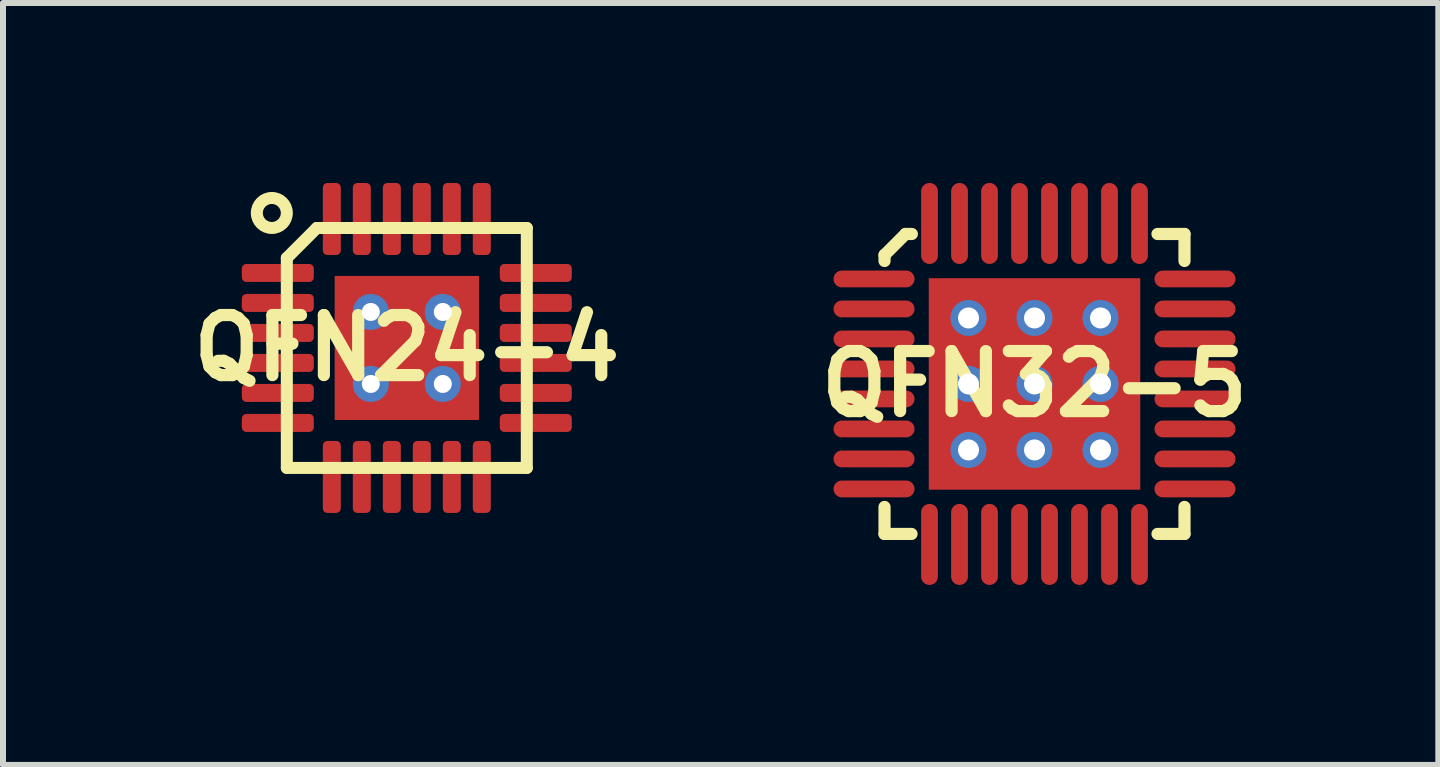
<source format=kicad_pcb>
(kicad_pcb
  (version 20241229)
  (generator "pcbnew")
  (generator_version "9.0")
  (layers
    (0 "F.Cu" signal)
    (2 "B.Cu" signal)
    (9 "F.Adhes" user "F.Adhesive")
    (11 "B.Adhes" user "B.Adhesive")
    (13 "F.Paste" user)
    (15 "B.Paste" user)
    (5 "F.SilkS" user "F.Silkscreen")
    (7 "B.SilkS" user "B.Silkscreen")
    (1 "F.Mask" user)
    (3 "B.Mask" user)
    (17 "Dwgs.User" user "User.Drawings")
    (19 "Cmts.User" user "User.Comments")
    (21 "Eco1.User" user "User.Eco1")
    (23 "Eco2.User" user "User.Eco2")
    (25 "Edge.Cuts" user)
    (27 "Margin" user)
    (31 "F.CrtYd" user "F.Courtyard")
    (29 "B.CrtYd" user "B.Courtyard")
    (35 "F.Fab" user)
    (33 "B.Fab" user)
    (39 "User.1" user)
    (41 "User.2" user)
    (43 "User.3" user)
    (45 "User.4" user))
  (footprint "QFN32-5"
    (layer "F.Cu")
    (at 14.194 3.35)
    (property "Reference" "QFN32-5" (at 0 0 0) (layer "F.SilkS") (effects (font (size 1.001 1.001) (thickness 0.203))))
    (attr through_hole)
    (fp_line (start -2.5 -2.15) (end -2.5 -2.05) (stroke (width 0.203) (type solid)) (layer "F.SilkS"))
    (fp_line (start -2.5 2.05) (end -2.5 2.5) (stroke (width 0.203) (type solid)) (layer "F.SilkS"))
    (fp_line (start -2.5 2.5) (end -2.05 2.5) (stroke (width 0.203) (type solid)) (layer "F.SilkS"))
    (fp_line (start -2.15 -2.5) (end -2.5 -2.15) (stroke (width 0.203) (type solid)) (layer "F.SilkS"))
    (fp_line (start -2.045 -2.5) (end -2.15 -2.5) (stroke (width 0.203) (type solid)) (layer "F.SilkS"))
    (fp_line (start 2.05 2.5) (end 2.5 2.5) (stroke (width 0.203) (type solid)) (layer "F.SilkS"))
    (fp_line (start 2.5 -2.5) (end 2.05 -2.5) (stroke (width 0.203) (type solid)) (layer "F.SilkS"))
    (fp_line (start 2.5 -2.05) (end 2.5 -2.5) (stroke (width 0.203) (type solid)) (layer "F.SilkS"))
    (fp_line (start 2.5 2.5) (end 2.5 2.05) (stroke (width 0.203) (type solid)) (layer "F.SilkS"))
    (pad "0" thru_hole circle (at -1.1 -1.1) (size 0.6 0.6) (drill 0.35) (layers "*.Cu" "B.Mask"))
    (pad "0" smd rect (at -1.1 -1.1) (size 1.1 1.1) (layers "F.Cu" "F.Paste"))
    (pad "0" thru_hole circle (at -1.1 0) (size 0.6 0.6) (drill 0.35) (layers "*.Cu" "B.Mask"))
    (pad "0" smd rect (at -1.1 0) (size 1.1 1.1) (layers "F.Cu" "F.Paste"))
    (pad "0" thru_hole circle (at -1.1 1.1) (size 0.6 0.6) (drill 0.35) (layers "*.Cu" "B.Mask"))
    (pad "0" smd rect (at -1.1 1.1) (size 1.1 1.1) (layers "F.Cu" "F.Paste"))
    (pad "0" thru_hole circle (at 0 -1.1) (size 0.6 0.6) (drill 0.35) (layers "*.Cu" "B.Mask"))
    (pad "0" smd rect (at 0 -1.1) (size 1.1 1.1) (layers "F.Cu" "F.Paste"))
    (pad "0" thru_hole circle (at 0 0) (size 0.6 0.6) (drill 0.35) (layers "*.Cu" "B.Mask"))
    (pad "0" smd rect (at 0 0) (size 1.1 1.1) (layers "F.Cu" "F.Paste"))
    (pad "0" smd rect (at 0 0) (size 3.525 3.525) (layers "F.Cu" "F.Mask"))
    (pad "0" thru_hole circle (at 0 1.1) (size 0.6 0.6) (drill 0.35) (layers "*.Cu" "B.Mask"))
    (pad "0" smd rect (at 0 1.1) (size 1.1 1.1) (layers "F.Cu" "F.Paste"))
    (pad "0" thru_hole circle (at 1.1 -1.1) (size 0.6 0.6) (drill 0.35) (layers "*.Cu" "B.Mask"))
    (pad "0" smd rect (at 1.1 -1.1) (size 1.1 1.1) (layers "F.Cu" "F.Paste"))
    (pad "0" thru_hole circle (at 1.1 0) (size 0.6 0.6) (drill 0.35) (layers "*.Cu" "B.Mask"))
    (pad "0" smd rect (at 1.1 0) (size 1.1 1.1) (layers "F.Cu" "F.Paste"))
    (pad "0" thru_hole circle (at 1.1 1.1) (size 0.6 0.6) (drill 0.35) (layers "*.Cu" "B.Mask"))
    (pad "0" smd rect (at 1.1 1.1) (size 1.1 1.1) (layers "F.Cu" "F.Paste"))
    (pad "1" smd oval (at -2.675 -1.75) (size 1.35 0.28) (layers "F.Cu" "F.Mask" "F.Paste"))
    (pad "2" smd oval (at -2.675 -1.25) (size 1.35 0.28) (layers "F.Cu" "F.Mask" "F.Paste"))
    (pad "3" smd oval (at -2.675 -0.75) (size 1.35 0.28) (layers "F.Cu" "F.Mask" "F.Paste"))
    (pad "4" smd oval (at -2.675 -0.25) (size 1.35 0.28) (layers "F.Cu" "F.Mask" "F.Paste"))
    (pad "5" smd oval (at -2.675 0.25) (size 1.35 0.28) (layers "F.Cu" "F.Mask" "F.Paste"))
    (pad "6" smd oval (at -2.675 0.75) (size 1.35 0.28) (layers "F.Cu" "F.Mask" "F.Paste"))
    (pad "7" smd oval (at -2.675 1.25) (size 1.35 0.28) (layers "F.Cu" "F.Mask" "F.Paste"))
    (pad "8" smd oval (at -2.675 1.75) (size 1.35 0.28) (layers "F.Cu" "F.Mask" "F.Paste"))
    (pad "9" smd oval (at -1.75 2.675 90) (size 1.35 0.28) (layers "F.Cu" "F.Mask" "F.Paste"))
    (pad "10" smd oval (at -1.25 2.675 90) (size 1.35 0.28) (layers "F.Cu" "F.Mask" "F.Paste"))
    (pad "11" smd oval (at -0.75 2.675 90) (size 1.35 0.28) (layers "F.Cu" "F.Mask" "F.Paste"))
    (pad "12" smd oval (at -0.25 2.675 90) (size 1.35 0.28) (layers "F.Cu" "F.Mask" "F.Paste"))
    (pad "13" smd oval (at 0.25 2.675 90) (size 1.35 0.28) (layers "F.Cu" "F.Mask" "F.Paste"))
    (pad "14" smd oval (at 0.75 2.675 90) (size 1.35 0.28) (layers "F.Cu" "F.Mask" "F.Paste"))
    (pad "15" smd oval (at 1.25 2.675 90) (size 1.35 0.28) (layers "F.Cu" "F.Mask" "F.Paste"))
    (pad "16" smd oval (at 1.75 2.675 90) (size 1.35 0.28) (layers "F.Cu" "F.Mask" "F.Paste"))
    (pad "17" smd oval (at 2.675 1.75) (size 1.35 0.28) (layers "F.Cu" "F.Mask" "F.Paste"))
    (pad "18" smd oval (at 2.675 1.25) (size 1.35 0.28) (layers "F.Cu" "F.Mask" "F.Paste"))
    (pad "19" smd oval (at 2.675 0.75) (size 1.35 0.28) (layers "F.Cu" "F.Mask" "F.Paste"))
    (pad "20" smd oval (at 2.675 0.25) (size 1.35 0.28) (layers "F.Cu" "F.Mask" "F.Paste"))
    (pad "21" smd oval (at 2.675 -0.25) (size 1.35 0.28) (layers "F.Cu" "F.Mask" "F.Paste"))
    (pad "22" smd oval (at 2.675 -0.75) (size 1.35 0.28) (layers "F.Cu" "F.Mask" "F.Paste"))
    (pad "23" smd oval (at 2.675 -1.25) (size 1.35 0.28) (layers "F.Cu" "F.Mask" "F.Paste"))
    (pad "24" smd oval (at 2.675 -1.75) (size 1.35 0.28) (layers "F.Cu" "F.Mask" "F.Paste"))
    (pad "25" smd oval (at 1.75 -2.675 90) (size 1.35 0.28) (layers "F.Cu" "F.Mask" "F.Paste"))
    (pad "26" smd oval (at 1.25 -2.675 90) (size 1.35 0.28) (layers "F.Cu" "F.Mask" "F.Paste"))
    (pad "27" smd oval (at 0.75 -2.675 90) (size 1.35 0.28) (layers "F.Cu" "F.Mask" "F.Paste"))
    (pad "28" smd oval (at 0.25 -2.675 90) (size 1.35 0.28) (layers "F.Cu" "F.Mask" "F.Paste"))
    (pad "29" smd oval (at -0.25 -2.675 90) (size 1.35 0.28) (layers "F.Cu" "F.Mask" "F.Paste"))
    (pad "30" smd oval (at -0.75 -2.675 90) (size 1.35 0.28) (layers "F.Cu" "F.Mask" "F.Paste"))
    (pad "31" smd oval (at -1.25 -2.675 90) (size 1.35 0.28) (layers "F.Cu" "F.Mask" "F.Paste"))
    (pad "32" smd oval (at -1.75 -2.675 90) (size 1.35 0.28) (layers "F.Cu" "F.Mask" "F.Paste")))
  (footprint "QFN24-4"
    (layer "F.Cu")
    (at 3.731 2.75)
    (property "Reference" "QFN24-4" (at 0 0 0) (layer "F.SilkS") (effects (font (size 1.001 1.001) (thickness 0.203))))
    (attr through_hole)
    (fp_line (start -2 -1.5) (end -1.5 -2) (stroke (width 0.2) (type solid)) (layer "F.SilkS"))
    (fp_line (start -2 2) (end -2 -1.5) (stroke (width 0.2) (type solid)) (layer "F.SilkS"))
    (fp_line (start -1.5 -2) (end 2 -2) (stroke (width 0.2) (type solid)) (layer "F.SilkS"))
    (fp_line (start 2 -2) (end 2 2) (stroke (width 0.2) (type solid)) (layer "F.SilkS"))
    (fp_line (start 2 2) (end -2 2) (stroke (width 0.2) (type solid)) (layer "F.SilkS"))
    (fp_circle (center -2.25 -2.25) (end -2 -2.25) (stroke (width 0.2) (type solid)) (fill no) (layer "F.SilkS"))
    (pad "0" smd rect (at -0.8 -0.8) (size 0.8 0.8) (layers "F.Cu" "F.Paste"))
    (pad "0" smd rect (at -0.8 0) (size 0.8 0.8) (layers "F.Cu" "F.Paste"))
    (pad "0" smd rect (at -0.8 0.8) (size 0.8 0.8) (layers "F.Cu" "F.Paste"))
    (pad "0" thru_hole circle (at -0.6 -0.6) (size 0.6 0.6) (drill 0.3) (layers "*.Cu" "B.Mask"))
    (pad "0" thru_hole circle (at -0.6 0.6) (size 0.6 0.6) (drill 0.3) (layers "*.Cu" "B.Mask"))
    (pad "0" smd rect (at 0 -0.8) (size 0.8 0.8) (layers "F.Cu" "F.Paste"))
    (pad "0" smd rect (at 0 0) (size 0.8 0.8) (layers "F.Cu" "F.Paste"))
    (pad "0" smd rect (at 0 0) (size 2.4 2.4) (layers "F.Cu" "F.Mask"))
    (pad "0" smd rect (at 0 0.8) (size 0.8 0.8) (layers "F.Cu" "F.Paste"))
    (pad "0" thru_hole circle (at 0.6 -0.6) (size 0.6 0.6) (drill 0.3) (layers "*.Cu" "B.Mask"))
    (pad "0" thru_hole circle (at 0.6 0.6) (size 0.6 0.6) (drill 0.3) (layers "*.Cu" "B.Mask"))
    (pad "0" smd rect (at 0.8 -0.8) (size 0.8 0.8) (layers "F.Cu" "F.Paste"))
    (pad "0" smd rect (at 0.8 0) (size 0.8 0.8) (layers "F.Cu" "F.Paste"))
    (pad "0" smd rect (at 0.8 0.8) (size 0.8 0.8) (layers "F.Cu" "F.Paste"))
    (pad "1" smd roundrect (at -2.15 -1.25) (size 1.2 0.3) (layers "F.Cu" "F.Mask" "F.Paste") (roundrect_rratio 0.25))
    (pad "2" smd roundrect (at -2.15 -0.75) (size 1.2 0.3) (layers "F.Cu" "F.Mask" "F.Paste") (roundrect_rratio 0.25))
    (pad "3" smd roundrect (at -2.15 -0.25) (size 1.2 0.3) (layers "F.Cu" "F.Mask" "F.Paste") (roundrect_rratio 0.25))
    (pad "4" smd roundrect (at -2.15 0.25) (size 1.2 0.3) (layers "F.Cu" "F.Mask" "F.Paste") (roundrect_rratio 0.25))
    (pad "5" smd roundrect (at -2.15 0.75) (size 1.2 0.3) (layers "F.Cu" "F.Mask" "F.Paste") (roundrect_rratio 0.25))
    (pad "6" smd roundrect (at -2.15 1.25) (size 1.2 0.3) (layers "F.Cu" "F.Mask" "F.Paste") (roundrect_rratio 0.25))
    (pad "7" smd roundrect (at -1.25 2.15 90) (size 1.2 0.3) (layers "F.Cu" "F.Mask" "F.Paste") (roundrect_rratio 0.25))
    (pad "8" smd roundrect (at -0.75 2.15 90) (size 1.2 0.3) (layers "F.Cu" "F.Mask" "F.Paste") (roundrect_rratio 0.25))
    (pad "9" smd roundrect (at -0.25 2.15 90) (size 1.2 0.3) (layers "F.Cu" "F.Mask" "F.Paste") (roundrect_rratio 0.25))
    (pad "10" smd roundrect (at 0.25 2.15 90) (size 1.2 0.3) (layers "F.Cu" "F.Mask" "F.Paste") (roundrect_rratio 0.25))
    (pad "11" smd roundrect (at 0.75 2.15 90) (size 1.2 0.3) (layers "F.Cu" "F.Mask" "F.Paste") (roundrect_rratio 0.25))
    (pad "12" smd roundrect (at 1.25 2.15 90) (size 1.2 0.3) (layers "F.Cu" "F.Mask" "F.Paste") (roundrect_rratio 0.25))
    (pad "13" smd roundrect (at 2.15 1.25) (size 1.2 0.3) (layers "F.Cu" "F.Mask" "F.Paste") (roundrect_rratio 0.25))
    (pad "14" smd roundrect (at 2.15 0.75) (size 1.2 0.3) (layers "F.Cu" "F.Mask" "F.Paste") (roundrect_rratio 0.25))
    (pad "15" smd roundrect (at 2.15 0.25) (size 1.2 0.3) (layers "F.Cu" "F.Mask" "F.Paste") (roundrect_rratio 0.25))
    (pad "16" smd roundrect (at 2.15 -0.25) (size 1.2 0.3) (layers "F.Cu" "F.Mask" "F.Paste") (roundrect_rratio 0.25))
    (pad "17" smd roundrect (at 2.15 -0.75) (size 1.2 0.3) (layers "F.Cu" "F.Mask" "F.Paste") (roundrect_rratio 0.25))
    (pad "18" smd roundrect (at 2.15 -1.25) (size 1.2 0.3) (layers "F.Cu" "F.Mask" "F.Paste") (roundrect_rratio 0.25))
    (pad "19" smd roundrect (at 1.25 -2.15 90) (size 1.2 0.3) (layers "F.Cu" "F.Mask" "F.Paste") (roundrect_rratio 0.25))
    (pad "20" smd roundrect (at 0.75 -2.15 90) (size 1.2 0.3) (layers "F.Cu" "F.Mask" "F.Paste") (roundrect_rratio 0.25))
    (pad "21" smd roundrect (at 0.25 -2.15 90) (size 1.2 0.3) (layers "F.Cu" "F.Mask" "F.Paste") (roundrect_rratio 0.25))
    (pad "22" smd roundrect (at -0.25 -2.15 90) (size 1.2 0.3) (layers "F.Cu" "F.Mask" "F.Paste") (roundrect_rratio 0.25))
    (pad "23" smd roundrect (at -0.75 -2.15 90) (size 1.2 0.3) (layers "F.Cu" "F.Mask" "F.Paste") (roundrect_rratio 0.25))
    (pad "24" smd roundrect (at -1.25 -2.15 90) (size 1.2 0.3) (layers "F.Cu" "F.Mask" "F.Paste") (roundrect_rratio 0.25)))
  (gr_rect
    (start -3 -3)
    (end 20.925 9.7)
    (stroke (width 0.1) (type default))
    (fill no)
    (layer "Edge.Cuts")))
</source>
